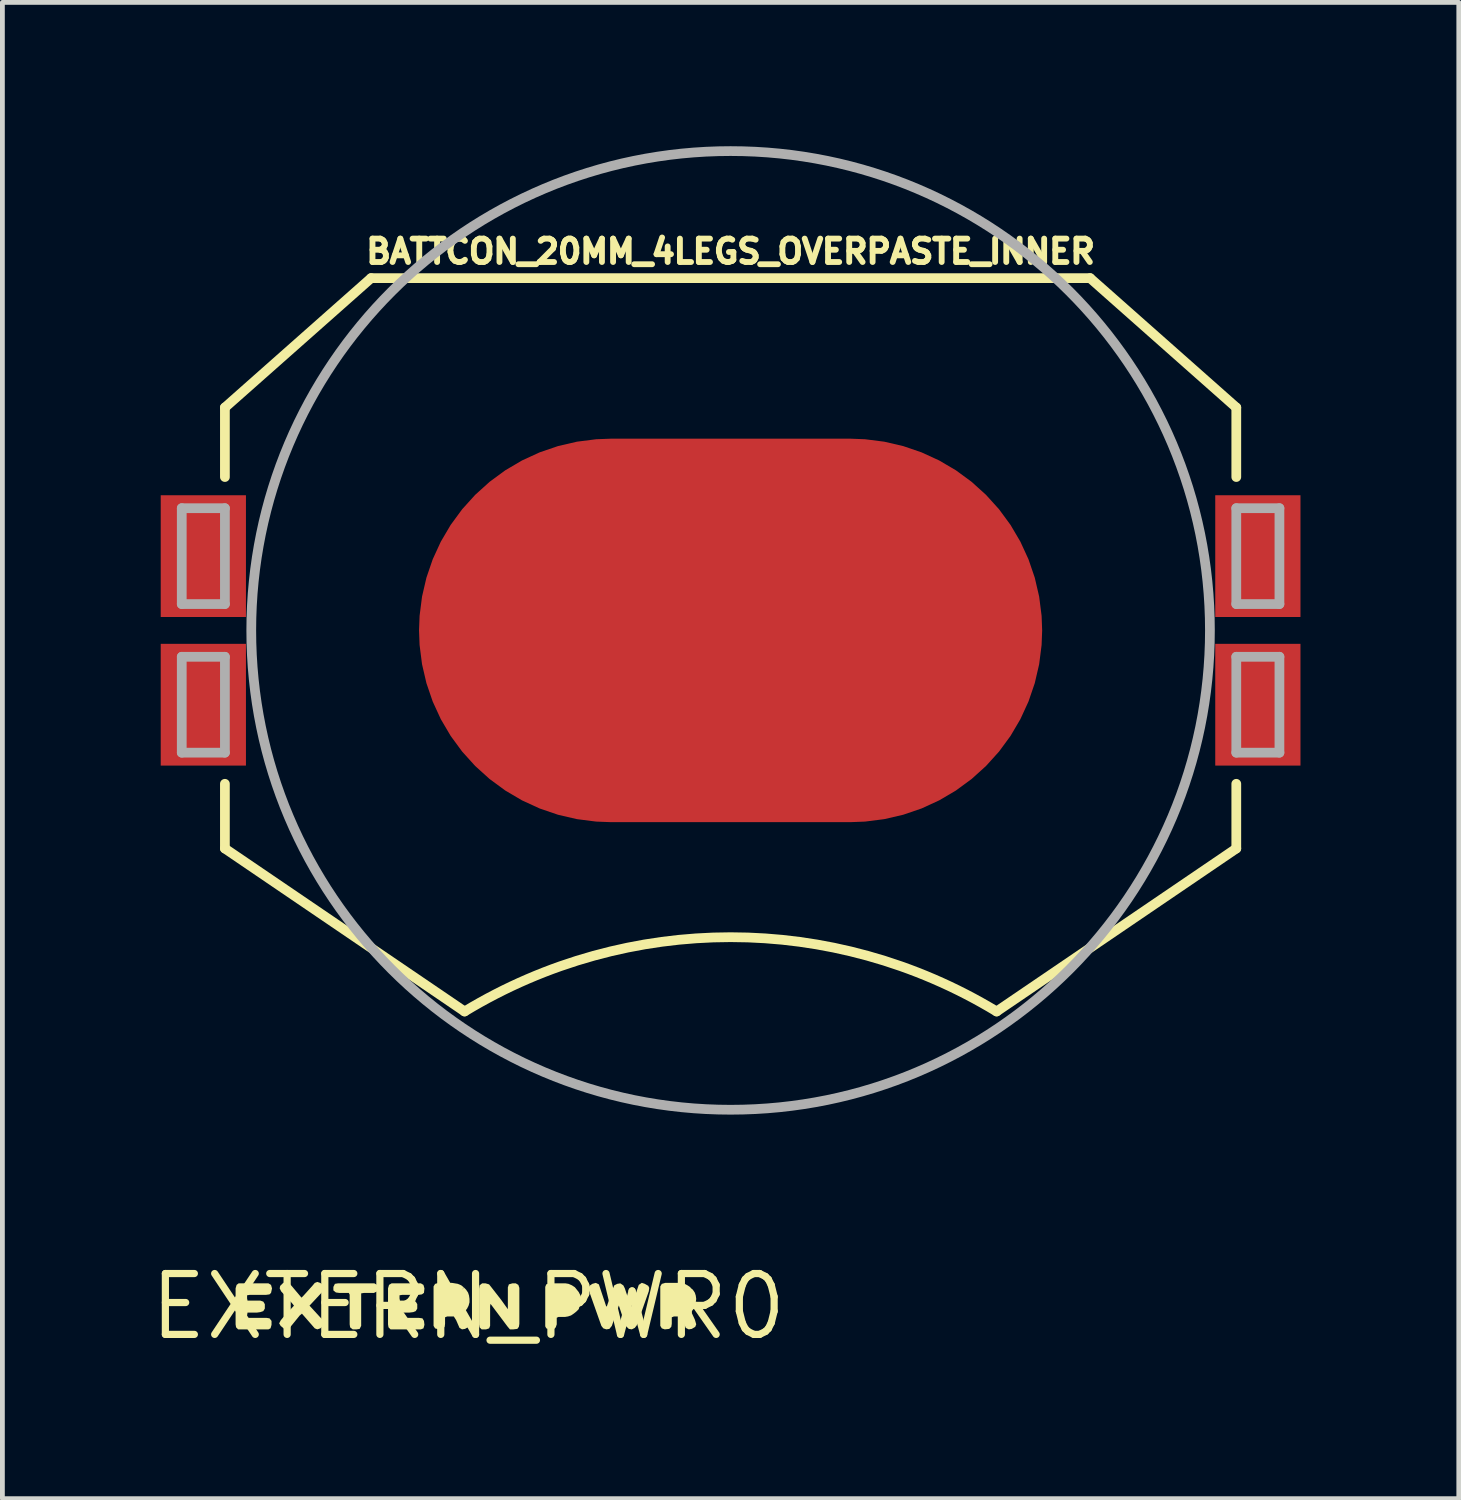
<source format=kicad_pcb>
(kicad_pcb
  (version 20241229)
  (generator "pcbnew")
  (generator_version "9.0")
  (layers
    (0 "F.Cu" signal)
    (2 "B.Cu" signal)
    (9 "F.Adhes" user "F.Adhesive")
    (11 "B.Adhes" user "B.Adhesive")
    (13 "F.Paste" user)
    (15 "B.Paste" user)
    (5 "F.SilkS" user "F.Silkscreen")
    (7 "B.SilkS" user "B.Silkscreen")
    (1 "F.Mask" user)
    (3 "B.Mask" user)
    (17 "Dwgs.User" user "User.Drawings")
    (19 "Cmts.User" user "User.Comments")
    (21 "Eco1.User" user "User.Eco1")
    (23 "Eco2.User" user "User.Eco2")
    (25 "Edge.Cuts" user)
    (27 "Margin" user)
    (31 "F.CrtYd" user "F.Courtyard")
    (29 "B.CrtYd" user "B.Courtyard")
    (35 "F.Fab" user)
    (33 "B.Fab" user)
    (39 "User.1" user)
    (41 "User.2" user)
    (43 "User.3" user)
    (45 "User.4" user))
  (footprint "BATTCON_20MM_4LEGS_OVERPASTE_INNER"
    (layer "F.Cu")
    (at 12.192 10.102)
    (property "Reference" "BATTCON_20MM_4LEGS_OVERPASTE_INNER" (at 0 -7.62 0) (layer "F.SilkS") (effects (font (size 0.488 0.488) (thickness 0.122)) (justify bottom)))
    (fp_line (start -10.55 -3.2) (end -10.55 -4.65) (stroke (width 0.203) (type solid)) (layer "F.SilkS"))
    (fp_line (start -10.55 4.55) (end -10.55 3.2) (stroke (width 0.203) (type solid)) (layer "F.SilkS"))
    (fp_line (start -7.5 -7.35) (end -10.55 -4.65) (stroke (width 0.203) (type solid)) (layer "F.SilkS"))
    (fp_line (start -7.5 -7.35) (end 7.5 -7.35) (stroke (width 0.203) (type solid)) (layer "F.SilkS"))
    (fp_line (start -5.55 7.95) (end -10.55 4.55) (stroke (width 0.203) (type solid)) (layer "F.SilkS"))
    (fp_line (start 7.5 -7.35) (end 10.55 -4.65) (stroke (width 0.203) (type solid)) (layer "F.SilkS"))
    (fp_line (start 10.55 -4.65) (end 10.55 -3.2) (stroke (width 0.203) (type solid)) (layer "F.SilkS"))
    (fp_line (start 10.55 4.55) (end 5.55 7.95) (stroke (width 0.203) (type solid)) (layer "F.SilkS"))
    (fp_line (start 10.55 4.55) (end 10.55 3.2) (stroke (width 0.203) (type solid)) (layer "F.SilkS"))
    (fp_arc (start -5.549999 7.949999) (mid 0.000001 6.400001) (end 5.55 7.95) (stroke (width 0.2032) (type solid)) (layer "F.SilkS"))
    (fp_poly (pts (xy -12.192 3.048) (xy -8.128 3.048) (xy -8.128 -3.048) (xy -12.192 -3.048)) (stroke (width 0) (type solid)) (fill yes) (layer "F.Paste"))
    (fp_poly (pts (xy -2 2) (xy 2 2) (xy 2 -2) (xy -2 -2)) (stroke (width 0) (type solid)) (fill yes) (layer "F.Paste"))
    (fp_poly (pts (xy 8.128 3.048) (xy 12.192 3.048) (xy 12.192 -3.048) (xy 8.128 -3.048)) (stroke (width 0) (type solid)) (fill yes) (layer "F.Paste"))
    (fp_line (start -11.45 -2.55) (end -10.55 -2.55) (stroke (width 0.203) (type solid)) (layer "F.Fab"))
    (fp_line (start -11.45 -0.55) (end -11.45 -2.55) (stroke (width 0.203) (type solid)) (layer "F.Fab"))
    (fp_line (start -11.45 0.55) (end -10.55 0.55) (stroke (width 0.203) (type solid)) (layer "F.Fab"))
    (fp_line (start -11.45 2.55) (end -11.45 0.55) (stroke (width 0.203) (type solid)) (layer "F.Fab"))
    (fp_line (start -10.55 -2.55) (end -10.55 -0.55) (stroke (width 0.203) (type solid)) (layer "F.Fab"))
    (fp_line (start -10.55 -0.55) (end -11.45 -0.55) (stroke (width 0.203) (type solid)) (layer "F.Fab"))
    (fp_line (start -10.55 0.55) (end -10.55 2.55) (stroke (width 0.203) (type solid)) (layer "F.Fab"))
    (fp_line (start -10.55 2.55) (end -11.45 2.55) (stroke (width 0.203) (type solid)) (layer "F.Fab"))
    (fp_line (start 10.55 -2.55) (end 10.55 -0.55) (stroke (width 0.203) (type solid)) (layer "F.Fab"))
    (fp_line (start 10.55 -2.55) (end 11.45 -2.55) (stroke (width 0.203) (type solid)) (layer "F.Fab"))
    (fp_line (start 10.55 0.55) (end 10.55 2.55) (stroke (width 0.203) (type solid)) (layer "F.Fab"))
    (fp_line (start 10.55 0.55) (end 11.45 0.55) (stroke (width 0.203) (type solid)) (layer "F.Fab"))
    (fp_line (start 11.45 -2.55) (end 11.45 -0.55) (stroke (width 0.203) (type solid)) (layer "F.Fab"))
    (fp_line (start 11.45 -0.55) (end 10.55 -0.55) (stroke (width 0.203) (type solid)) (layer "F.Fab"))
    (fp_line (start 11.45 0.55) (end 11.45 2.55) (stroke (width 0.203) (type solid)) (layer "F.Fab"))
    (fp_line (start 11.45 2.55) (end 10.55 2.55) (stroke (width 0.203) (type solid)) (layer "F.Fab"))
    (fp_circle (center 0 0) (end 10 0) (stroke (width 0.203) (type solid)) (fill no) (layer "F.Fab"))
    (pad "1" smd rect (at -11 -1.55 90) (size 2.54 1.778) (layers "F.Cu" "F.Mask"))
    (pad "2" smd roundrect (at 0 0) (size 13 8) (layers "F.Cu" "F.Mask") (roundrect_rratio 0.5))
    (pad "3" smd rect (at 11 -1.55 90) (size 2.54 1.778) (layers "F.Cu" "F.Mask"))
    (pad "P$1" smd rect (at -11 1.55 90) (size 2.54 1.778) (layers "F.Cu" "F.Mask"))
    (pad "P$2" smd rect (at 11 1.55 90) (size 2.54 1.778) (layers "F.Cu" "F.Mask")))
  (footprint "EXTERN_PWR0"
    (layer "F.Cu")
    (at 6.72 24.209)
    (property "Reference" "EXTERN_PWR0" (at 0 0 0) (layer "F.SilkS") (effects (font (size 1.27 1.27) (thickness 0.15))))
    (fp_poly (pts (xy -1.905 -0.453) (xy -1.895 -0.38) (xy -1.905 -0.317) (xy -1.969 -0.285) (xy -2.18 -0.285) (xy -2.235 -0.276) (xy -2.235 0.401) (xy -2.267 0.465) (xy -2.33 0.475) (xy -2.412 0.475) (xy -2.465 0.433) (xy -2.475 0.37) (xy -2.475 -0.249) (xy -2.493 -0.285) (xy -2.69 -0.285) (xy -2.762 -0.295) (xy -2.815 -0.338) (xy -2.815 -0.411) (xy -2.783 -0.475) (xy -2.72 -0.485) (xy -1.959 -0.485)) (stroke (width 0) (type solid)) (fill yes) (layer "F.SilkS"))
    (fp_poly (pts (xy 0.433 -0.464) (xy 0.474 -0.413) (xy 0.684 -0.143) (xy 0.825 0.054) (xy 0.825 -0.401) (xy 0.846 -0.464) (xy 0.919 -0.485) (xy 0.991 -0.485) (xy 1.044 -0.453) (xy 1.065 -0.391) (xy 1.065 0.36) (xy 1.055 0.422) (xy 1.023 0.465) (xy 0.94 0.475) (xy 0.868 0.475) (xy 0.816 0.413) (xy 0.463 -0.058) (xy 0.455 -0.01) (xy 0.455 0.401) (xy 0.434 0.454) (xy 0.371 0.475) (xy 0.278 0.475) (xy 0.235 0.432) (xy 0.225 0.37) (xy 0.225 -0.37) (xy 0.235 -0.443) (xy 0.288 -0.485) (xy 0.361 -0.485)) (stroke (width 0) (type solid)) (fill yes) (layer "F.SilkS"))
    (fp_poly (pts (xy 2.091 -0.475) (xy 2.162 -0.444) (xy 2.223 -0.404) (xy 2.264 -0.353) (xy 2.304 -0.303) (xy 2.345 -0.221) (xy 2.345 -0.079) (xy 2.325 -0.019) (xy 2.304 0.053) (xy 2.253 0.104) (xy 2.203 0.144) (xy 2.146 0.182) (xy 2.147 0.183) (xy 2.142 0.185) (xy 2.138 0.187) (xy 2.137 0.186) (xy 2.081 0.205) (xy 2.02 0.215) (xy 1.881 0.215) (xy 1.845 0.233) (xy 1.845 0.371) (xy 1.824 0.433) (xy 1.782 0.475) (xy 1.699 0.475) (xy 1.627 0.454) (xy 1.605 0.411) (xy 1.605 -0.411) (xy 1.626 -0.464) (xy 1.689 -0.485) (xy 2.03 -0.485)) (stroke (width 0) (type solid)) (fill yes) (layer "F.SilkS"))
    (fp_poly (pts (xy -4.116 -0.453) (xy -4.095 -0.38) (xy -4.115 -0.287) (xy -4.148 -0.255) (xy -4.22 -0.245) (xy -4.56 -0.245) (xy -4.615 -0.236) (xy -4.615 -0.17) (xy -4.606 -0.125) (xy -4.339 -0.125) (xy -4.277 -0.104) (xy -4.245 -0.051) (xy -4.245 0.041) (xy -4.277 0.094) (xy -4.339 0.115) (xy -4.41 0.125) (xy -4.606 0.125) (xy -4.615 0.18) (xy -4.615 0.235) (xy -4.21 0.235) (xy -4.147 0.245) (xy -4.105 0.298) (xy -4.105 0.381) (xy -4.126 0.453) (xy -4.169 0.475) (xy -4.802 0.475) (xy -4.845 0.432) (xy -4.855 0.37) (xy -4.855 -0.381) (xy -4.834 -0.453) (xy -4.792 -0.485) (xy -4.169 -0.485)) (stroke (width 0) (type solid)) (fill yes) (layer "F.SilkS"))
    (fp_poly (pts (xy -0.936 -0.453) (xy -0.915 -0.38) (xy -0.925 -0.287) (xy -0.968 -0.255) (xy -1.04 -0.245) (xy -1.38 -0.245) (xy -1.435 -0.236) (xy -1.435 -0.17) (xy -1.426 -0.125) (xy -1.149 -0.125) (xy -1.097 -0.104) (xy -1.065 -0.051) (xy -1.065 0.041) (xy -1.097 0.094) (xy -1.149 0.115) (xy -1.23 0.125) (xy -1.426 0.125) (xy -1.435 0.18) (xy -1.435 0.235) (xy -1.03 0.235) (xy -0.957 0.245) (xy -0.925 0.298) (xy -0.915 0.38) (xy -0.936 0.454) (xy -0.989 0.475) (xy -1.622 0.475) (xy -1.665 0.432) (xy -1.675 0.37) (xy -1.675 -0.381) (xy -1.654 -0.453) (xy -1.601 -0.485) (xy -0.989 -0.485)) (stroke (width 0) (type solid)) (fill yes) (layer "F.SilkS"))
    (fp_poly (pts (xy -0.219 -0.475) (xy -0.147 -0.444) (xy -0.093 -0.401) (xy -0.14 -0.347) (xy -0.09 -0.397) (xy -0.046 -0.353) (xy -0.005 -0.292) (xy 0.015 -0.231) (xy 0.025 -0.16) (xy 0.025 -0.089) (xy 0.005 -0.018) (xy -0.026 0.043) (xy -0.065 0.091) (xy -0.055 0.139) (xy -0.006 0.268) (xy 0.015 0.298) (xy 0.035 0.371) (xy 0.004 0.424) (xy -0.068 0.465) (xy -0.131 0.475) (xy -0.184 0.443) (xy -0.254 0.282) (xy -0.303 0.205) (xy -0.439 0.205) (xy -0.485 0.223) (xy -0.485 0.36) (xy -0.495 0.422) (xy -0.538 0.465) (xy -0.62 0.475) (xy -0.693 0.454) (xy -0.725 0.401) (xy -0.725 -0.421) (xy -0.693 -0.474) (xy -0.621 -0.495) (xy -0.34 -0.495)) (stroke (width 0) (type solid)) (fill yes) (layer "F.SilkS"))
    (fp_poly (pts (xy 3.682 -0.475) (xy 3.754 -0.434) (xy 3.775 -0.391) (xy 3.765 -0.319) (xy 3.514 0.392) (xy 3.473 0.444) (xy 3.411 0.475) (xy 3.348 0.465) (xy 3.296 0.413) (xy 3.265 0.352) (xy 3.14 -0.024) (xy 3.075 0.172) (xy 2.994 0.403) (xy 2.943 0.465) (xy 2.88 0.475) (xy 2.817 0.454) (xy 2.776 0.402) (xy 2.525 -0.308) (xy 2.505 -0.38) (xy 2.526 -0.433) (xy 2.588 -0.475) (xy 2.66 -0.495) (xy 2.724 -0.464) (xy 2.874 -0.013) (xy 2.888 0.001) (xy 3.015 -0.372) (xy 3.046 -0.444) (xy 3.108 -0.475) (xy 3.171 -0.485) (xy 3.234 -0.443) (xy 3.265 -0.382) (xy 3.392 0.001) (xy 3.406 -0.013) (xy 3.556 -0.453) (xy 3.619 -0.496)) (stroke (width 0) (type solid)) (fill yes) (layer "F.SilkS"))
    (fp_poly (pts (xy 4.451 -0.485) (xy 4.512 -0.475) (xy 4.573 -0.444) (xy 4.638 -0.401) (xy 4.632 -0.395) (xy 4.684 -0.353) (xy 4.725 -0.292) (xy 4.745 -0.231) (xy 4.755 -0.16) (xy 4.745 -0.089) (xy 4.735 -0.018) (xy 4.704 0.043) (xy 4.665 0.092) (xy 4.665 0.139) (xy 4.725 0.268) (xy 4.735 0.299) (xy 4.755 0.37) (xy 4.734 0.423) (xy 4.662 0.465) (xy 4.599 0.475) (xy 4.536 0.444) (xy 4.475 0.282) (xy 4.427 0.205) (xy 4.291 0.205) (xy 4.245 0.223) (xy 4.245 0.36) (xy 4.235 0.422) (xy 4.192 0.465) (xy 4.099 0.475) (xy 4.037 0.454) (xy 4.005 0.401) (xy 4.005 -0.421) (xy 4.037 -0.474) (xy 4.109 -0.495) (xy 4.38 -0.495)) (stroke (width 0) (type solid)) (fill yes) (layer "F.SilkS"))
    (fp_poly (pts (xy -3.088 -0.494) (xy -3.026 -0.443) (xy -3.005 -0.38) (xy -3.036 -0.317) (xy -3.313 -0.02) (xy -3.086 0.227) (xy -3.036 0.277) (xy -3.005 0.34) (xy -3.026 0.393) (xy -3.087 0.454) (xy -3.15 0.475) (xy -3.203 0.454) (xy -3.471 0.147) (xy -3.516 0.184) (xy -3.686 0.393) (xy -3.737 0.454) (xy -3.8 0.475) (xy -3.853 0.454) (xy -3.914 0.403) (xy -3.946 0.35) (xy -3.914 0.287) (xy -3.864 0.227) (xy -3.637 -0.02) (xy -3.674 -0.067) (xy -3.904 -0.317) (xy -3.935 -0.379) (xy -3.925 -0.432) (xy -3.863 -0.494) (xy -3.8 -0.515) (xy -3.747 -0.494) (xy -3.696 -0.443) (xy -3.48 -0.187) (xy -3.434 -0.233) (xy -3.254 -0.433) (xy -3.203 -0.494) (xy -3.15 -0.515)) (stroke (width 0) (type solid)) (fill yes) (layer "F.SilkS")))
  (gr_rect
    (start -3 -3)
    (end 27.384 28.216)
    (stroke (width 0.1) (type default))
    (fill no)
    (layer "Edge.Cuts")))
</source>
